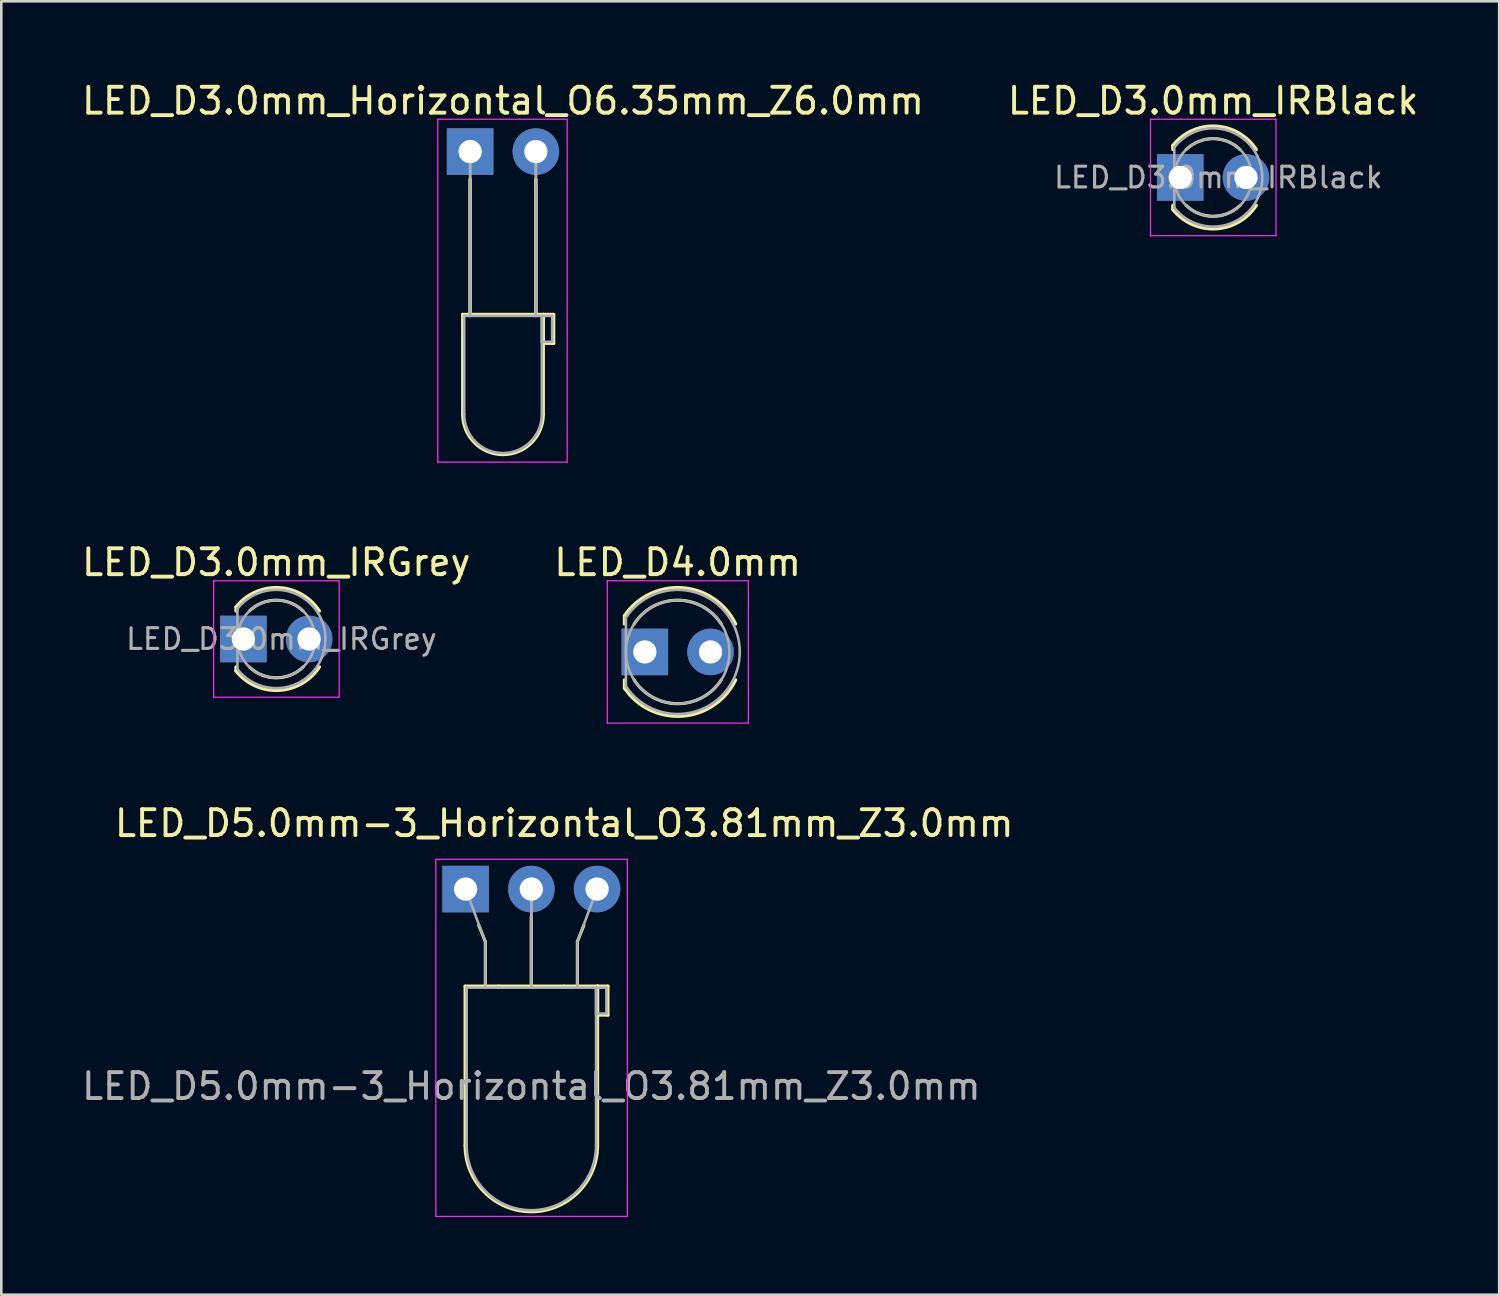
<source format=kicad_pcb>
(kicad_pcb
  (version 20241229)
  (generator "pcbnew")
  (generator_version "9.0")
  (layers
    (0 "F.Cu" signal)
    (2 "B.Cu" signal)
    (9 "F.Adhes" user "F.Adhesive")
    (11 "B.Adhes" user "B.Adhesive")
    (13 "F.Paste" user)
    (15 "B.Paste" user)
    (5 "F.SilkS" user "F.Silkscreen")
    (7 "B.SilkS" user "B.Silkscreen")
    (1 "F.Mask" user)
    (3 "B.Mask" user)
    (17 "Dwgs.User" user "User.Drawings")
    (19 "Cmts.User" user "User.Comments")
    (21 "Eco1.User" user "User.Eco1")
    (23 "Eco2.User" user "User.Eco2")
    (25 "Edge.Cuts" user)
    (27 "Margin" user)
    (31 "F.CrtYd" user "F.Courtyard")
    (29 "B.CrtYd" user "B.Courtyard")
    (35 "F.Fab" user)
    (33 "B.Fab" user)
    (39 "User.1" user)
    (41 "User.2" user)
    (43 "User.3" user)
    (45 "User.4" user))
  (footprint "LED_D4.0mm"
    (layer "F.Cu")
    (at 21.867 22.142)
    (property "Reference" "LED_D4.0mm" (at 1.27 -3.46 0) (layer "F.SilkS") (effects (font (size 1 1) (thickness 0.15))))
    (attr through_hole)
    (fp_line (start -0.79 -1.399) (end -0.79 -1.08) (stroke (width 0.12) (type solid)) (layer "F.SilkS"))
    (fp_line (start -0.79 1.08) (end -0.79 1.399) (stroke (width 0.12) (type solid)) (layer "F.SilkS"))
    (fp_arc (start -0.79 -1.398749) (mid 1.453519 -2.483228) (end 3.513242 -1.080724) (stroke (width 0.12) (type solid)) (layer "F.SilkS"))
    (fp_arc (start -0.41333 -1.08) (mid 1.269429 -2) (end 2.952713 -1.080961) (stroke (width 0.12) (type solid)) (layer "F.SilkS"))
    (fp_arc (start 2.952713 1.080961) (mid 1.269429 2) (end -0.41333 1.08) (stroke (width 0.12) (type solid)) (layer "F.SilkS"))
    (fp_arc (start 3.513242 1.080724) (mid 1.453519 2.483228) (end -0.79 1.398749) (stroke (width 0.12) (type solid)) (layer "F.SilkS"))
    (fp_line (start -1.45 -2.75) (end -1.45 2.75) (stroke (width 0.05) (type solid)) (layer "F.CrtYd"))
    (fp_line (start -1.45 2.75) (end 4 2.75) (stroke (width 0.05) (type solid)) (layer "F.CrtYd"))
    (fp_line (start 4 -2.75) (end -1.45 -2.75) (stroke (width 0.05) (type solid)) (layer "F.CrtYd"))
    (fp_line (start 4 2.75) (end 4 -2.75) (stroke (width 0.05) (type solid)) (layer "F.CrtYd"))
    (fp_line (start -0.73 -1.327) (end -0.73 1.327) (stroke (width 0.1) (type solid)) (layer "F.Fab"))
    (fp_arc (start -0.73 -1.32665) (mid 3.67 0.000306) (end -0.730339 1.32614) (stroke (width 0.1) (type solid)) (layer "F.Fab"))
    (fp_circle (center 1.27 0) (end 3.27 0) (stroke (width 0.1) (type solid)) (fill no) (layer "F.Fab"))
    (pad "1" thru_hole rect (at 0 0) (size 1.8 1.8) (drill 0.9) (layers "*.Cu" "*.Mask"))
    (pad "2" thru_hole circle (at 2.54 0) (size 1.8 1.8) (drill 0.9) (layers "*.Cu" "*.Mask")))
  (footprint "LED_D3.0mm_IRGrey"
    (layer "F.Cu")
    (at 6.355 21.642)
    (property "Reference" "LED_D3.0mm_IRGrey" (at 1.27 -2.96 0) (layer "F.SilkS") (effects (font (size 1 1) (thickness 0.15))))
    (attr through_hole)
    (fp_line (start -0.29 -1.236) (end -0.29 -1.08) (stroke (width 0.12) (type solid)) (layer "F.SilkS"))
    (fp_line (start -0.29 1.08) (end -0.29 1.236) (stroke (width 0.12) (type solid)) (layer "F.SilkS"))
    (fp_arc (start -0.29 -1.235516) (mid 1.366487 -1.987659) (end 2.942335 -1.078608) (stroke (width 0.12) (type solid)) (layer "F.SilkS"))
    (fp_arc (start 0.229039 -1.08) (mid 1.270117 -1.5) (end 2.31113 -1.079837) (stroke (width 0.12) (type solid)) (layer "F.SilkS"))
    (fp_arc (start 2.31113 1.079837) (mid 1.270117 1.5) (end 0.229039 1.08) (stroke (width 0.12) (type solid)) (layer "F.SilkS"))
    (fp_arc (start 2.942335 1.078608) (mid 1.366487 1.987659) (end -0.29 1.235516) (stroke (width 0.12) (type solid)) (layer "F.SilkS"))
    (fp_line (start -1.15 -2.25) (end -1.15 2.25) (stroke (width 0.05) (type solid)) (layer "F.CrtYd"))
    (fp_line (start -1.15 2.25) (end 3.7 2.25) (stroke (width 0.05) (type solid)) (layer "F.CrtYd"))
    (fp_line (start 3.7 -2.25) (end -1.15 -2.25) (stroke (width 0.05) (type solid)) (layer "F.CrtYd"))
    (fp_line (start 3.7 2.25) (end 3.7 -2.25) (stroke (width 0.05) (type solid)) (layer "F.CrtYd"))
    (fp_line (start -0.23 -1.166) (end -0.23 1.166) (stroke (width 0.1) (type solid)) (layer "F.Fab"))
    (fp_arc (start -0.23 -1.16619) (mid 3.17 0.000452) (end -0.230555 1.165476) (stroke (width 0.1) (type solid)) (layer "F.Fab"))
    (fp_circle (center 1.27 0) (end 2.77 0) (stroke (width 0.1) (type solid)) (fill no) (layer "F.Fab"))
    (fp_text user "${REFERENCE}" (at 1.47 0 0) (layer "F.Fab") (effects (font (size 0.8 0.8) (thickness 0.12))))
    (pad "1" thru_hole rect (at 0 0) (size 1.8 1.8) (drill 0.9) (layers "*.Cu" "*.Mask"))
    (pad "2" thru_hole circle (at 2.54 0) (size 1.8 1.8) (drill 0.9) (layers "*.Cu" "*.Mask")))
  (footprint "LED_D3.0mm_Horizontal_O6.35mm_Z6.0mm"
    (layer "F.Cu")
    (at 15.117 2.808)
    (property "Reference" "LED_D3.0mm_Horizontal_O6.35mm_Z6.0mm" (at 1.27 -1.96 0) (layer "F.SilkS") (effects (font (size 1 1) (thickness 0.15))))
    (attr through_hole)
    (fp_line (start -0.29 6.29) (end -0.29 10.15) (stroke (width 0.12) (type solid)) (layer "F.SilkS"))
    (fp_line (start -0.29 6.29) (end 2.83 6.29) (stroke (width 0.12) (type solid)) (layer "F.SilkS"))
    (fp_line (start 0 1.08) (end 0 1.08) (stroke (width 0.12) (type solid)) (layer "F.SilkS"))
    (fp_line (start 0 1.08) (end 0 6.29) (stroke (width 0.12) (type solid)) (layer "F.SilkS"))
    (fp_line (start 0 6.29) (end 0 1.08) (stroke (width 0.12) (type solid)) (layer "F.SilkS"))
    (fp_line (start 0 6.29) (end 0 6.29) (stroke (width 0.12) (type solid)) (layer "F.SilkS"))
    (fp_line (start 2.54 1.08) (end 2.54 1.08) (stroke (width 0.12) (type solid)) (layer "F.SilkS"))
    (fp_line (start 2.54 1.08) (end 2.54 6.29) (stroke (width 0.12) (type solid)) (layer "F.SilkS"))
    (fp_line (start 2.54 6.29) (end 2.54 1.08) (stroke (width 0.12) (type solid)) (layer "F.SilkS"))
    (fp_line (start 2.54 6.29) (end 2.54 6.29) (stroke (width 0.12) (type solid)) (layer "F.SilkS"))
    (fp_line (start 2.83 6.29) (end 2.83 10.15) (stroke (width 0.12) (type solid)) (layer "F.SilkS"))
    (fp_line (start 2.83 6.29) (end 3.23 6.29) (stroke (width 0.12) (type solid)) (layer "F.SilkS"))
    (fp_line (start 2.83 7.41) (end 2.83 6.29) (stroke (width 0.12) (type solid)) (layer "F.SilkS"))
    (fp_line (start 3.23 6.29) (end 3.23 7.41) (stroke (width 0.12) (type solid)) (layer "F.SilkS"))
    (fp_line (start 3.23 7.41) (end 2.83 7.41) (stroke (width 0.12) (type solid)) (layer "F.SilkS"))
    (fp_arc (start 2.83 10.15) (mid 1.27 11.71) (end -0.29 10.15) (stroke (width 0.12) (type solid)) (layer "F.SilkS"))
    (fp_line (start -1.25 -1.25) (end -1.25 12) (stroke (width 0.05) (type solid)) (layer "F.CrtYd"))
    (fp_line (start -1.25 12) (end 3.75 12) (stroke (width 0.05) (type solid)) (layer "F.CrtYd"))
    (fp_line (start 3.75 -1.25) (end -1.25 -1.25) (stroke (width 0.05) (type solid)) (layer "F.CrtYd"))
    (fp_line (start 3.75 12) (end 3.75 -1.25) (stroke (width 0.05) (type solid)) (layer "F.CrtYd"))
    (fp_line (start -0.23 6.35) (end -0.23 10.15) (stroke (width 0.1) (type solid)) (layer "F.Fab"))
    (fp_line (start -0.23 6.35) (end 2.77 6.35) (stroke (width 0.1) (type solid)) (layer "F.Fab"))
    (fp_line (start 0 0) (end 0 0) (stroke (width 0.1) (type solid)) (layer "F.Fab"))
    (fp_line (start 0 0) (end 0 6.35) (stroke (width 0.1) (type solid)) (layer "F.Fab"))
    (fp_line (start 0 6.35) (end 0 0) (stroke (width 0.1) (type solid)) (layer "F.Fab"))
    (fp_line (start 0 6.35) (end 0 6.35) (stroke (width 0.1) (type solid)) (layer "F.Fab"))
    (fp_line (start 2.54 0) (end 2.54 0) (stroke (width 0.1) (type solid)) (layer "F.Fab"))
    (fp_line (start 2.54 0) (end 2.54 6.35) (stroke (width 0.1) (type solid)) (layer "F.Fab"))
    (fp_line (start 2.54 6.35) (end 2.54 0) (stroke (width 0.1) (type solid)) (layer "F.Fab"))
    (fp_line (start 2.54 6.35) (end 2.54 6.35) (stroke (width 0.1) (type solid)) (layer "F.Fab"))
    (fp_line (start 2.77 6.35) (end 2.77 10.15) (stroke (width 0.1) (type solid)) (layer "F.Fab"))
    (fp_line (start 2.77 6.35) (end 3.17 6.35) (stroke (width 0.1) (type solid)) (layer "F.Fab"))
    (fp_line (start 2.77 7.35) (end 2.77 6.35) (stroke (width 0.1) (type solid)) (layer "F.Fab"))
    (fp_line (start 3.17 6.35) (end 3.17 7.35) (stroke (width 0.1) (type solid)) (layer "F.Fab"))
    (fp_line (start 3.17 7.35) (end 2.77 7.35) (stroke (width 0.1) (type solid)) (layer "F.Fab"))
    (fp_arc (start 2.77 10.15) (mid 1.27 11.65) (end -0.23 10.15) (stroke (width 0.1) (type solid)) (layer "F.Fab"))
    (pad "1" thru_hole rect (at 0 0) (size 1.8 1.8) (drill 0.9) (layers "*.Cu" "*.Mask"))
    (pad "2" thru_hole circle (at 2.54 0) (size 1.8 1.8) (drill 0.9) (layers "*.Cu" "*.Mask")))
  (footprint "LED_D5.0mm-3_Horizontal_O3.81mm_Z3.0mm"
    (layer "F.Cu")
    (at 14.942 31.305)
    (property "Reference" "LED_D5.0mm-3_Horizontal_O3.81mm_Z3.0mm" (at 3.81 -2.54 0) (layer "F.SilkS") (effects (font (size 1 1) (thickness 0.15))))
    (attr through_hole)
    (fp_line (start -0.02 3.75) (end -0.02 9.91) (stroke (width 0.12) (type solid)) (layer "F.SilkS"))
    (fp_line (start -0.02 3.75) (end 5.1 3.75) (stroke (width 0.12) (type solid)) (layer "F.SilkS"))
    (fp_line (start 0.762 2.032) (end 0.508 1.397) (stroke (width 0.12) (type solid)) (layer "F.SilkS"))
    (fp_line (start 0.762 2.032) (end 0.762 3.75) (stroke (width 0.12) (type solid)) (layer "F.SilkS"))
    (fp_line (start 1.27 3.75) (end 1.27 3.75) (stroke (width 0.12) (type solid)) (layer "F.SilkS"))
    (fp_line (start 2.54 1.08) (end 2.54 1.08) (stroke (width 0.12) (type solid)) (layer "F.SilkS"))
    (fp_line (start 2.54 1.08) (end 2.54 3.75) (stroke (width 0.12) (type solid)) (layer "F.SilkS"))
    (fp_line (start 2.54 3.75) (end 2.54 1.08) (stroke (width 0.12) (type solid)) (layer "F.SilkS"))
    (fp_line (start 3.81 3.75) (end 3.81 3.75) (stroke (width 0.12) (type solid)) (layer "F.SilkS"))
    (fp_line (start 4.318 2.032) (end 4.572 1.397) (stroke (width 0.12) (type solid)) (layer "F.SilkS"))
    (fp_line (start 4.318 3.75) (end 4.318 2.032) (stroke (width 0.12) (type solid)) (layer "F.SilkS"))
    (fp_line (start 5.1 3.75) (end 5.1 9.91) (stroke (width 0.12) (type solid)) (layer "F.SilkS"))
    (fp_line (start 5.1 3.75) (end 5.5 3.75) (stroke (width 0.12) (type solid)) (layer "F.SilkS"))
    (fp_line (start 5.1 4.87) (end 5.1 3.75) (stroke (width 0.12) (type solid)) (layer "F.SilkS"))
    (fp_line (start 5.5 3.75) (end 5.5 4.87) (stroke (width 0.12) (type solid)) (layer "F.SilkS"))
    (fp_line (start 5.5 4.87) (end 5.1 4.87) (stroke (width 0.12) (type solid)) (layer "F.SilkS"))
    (fp_arc (start 5.1 9.91) (mid 2.54 12.47) (end -0.02 9.91) (stroke (width 0.12) (type solid)) (layer "F.SilkS"))
    (fp_line (start -1.15 -1.15) (end -1.15 12.65) (stroke (width 0.05) (type solid)) (layer "F.CrtYd"))
    (fp_line (start -1.15 12.65) (end 6.25 12.65) (stroke (width 0.05) (type solid)) (layer "F.CrtYd"))
    (fp_line (start 6.25 -1.15) (end -1.15 -1.15) (stroke (width 0.05) (type solid)) (layer "F.CrtYd"))
    (fp_line (start 6.25 12.65) (end 6.25 -1.15) (stroke (width 0.05) (type solid)) (layer "F.CrtYd"))
    (fp_line (start 0.04 3.81) (end 0.04 9.91) (stroke (width 0.1) (type solid)) (layer "F.Fab"))
    (fp_line (start 0.04 3.81) (end 5.04 3.81) (stroke (width 0.1) (type solid)) (layer "F.Fab"))
    (fp_line (start 0.762 2.032) (end 0 0) (stroke (width 0.1) (type solid)) (layer "F.Fab"))
    (fp_line (start 0.762 3.81) (end 0.762 2.032) (stroke (width 0.1) (type solid)) (layer "F.Fab"))
    (fp_line (start 1.27 3.81) (end 1.27 3.81) (stroke (width 0.1) (type solid)) (layer "F.Fab"))
    (fp_line (start 2.54 0) (end 2.54 0) (stroke (width 0.1) (type solid)) (layer "F.Fab"))
    (fp_line (start 2.54 0) (end 2.54 3.81) (stroke (width 0.1) (type solid)) (layer "F.Fab"))
    (fp_line (start 2.54 3.81) (end 2.54 0) (stroke (width 0.1) (type solid)) (layer "F.Fab"))
    (fp_line (start 3.81 3.81) (end 3.81 3.81) (stroke (width 0.1) (type solid)) (layer "F.Fab"))
    (fp_line (start 4.318 2.032) (end 4.318 3.81) (stroke (width 0.1) (type solid)) (layer "F.Fab"))
    (fp_line (start 4.318 2.032) (end 5.08 0) (stroke (width 0.1) (type solid)) (layer "F.Fab"))
    (fp_line (start 5.04 3.81) (end 5.04 9.91) (stroke (width 0.1) (type solid)) (layer "F.Fab"))
    (fp_line (start 5.04 3.81) (end 5.44 3.81) (stroke (width 0.1) (type solid)) (layer "F.Fab"))
    (fp_line (start 5.04 4.81) (end 5.04 3.81) (stroke (width 0.1) (type solid)) (layer "F.Fab"))
    (fp_line (start 5.08 0) (end 5.08 0) (stroke (width 0.1) (type solid)) (layer "F.Fab"))
    (fp_line (start 5.44 3.81) (end 5.44 4.81) (stroke (width 0.1) (type solid)) (layer "F.Fab"))
    (fp_line (start 5.44 4.81) (end 5.04 4.81) (stroke (width 0.1) (type solid)) (layer "F.Fab"))
    (fp_arc (start 5.04 9.91) (mid 2.54 12.41) (end 0.04 9.91) (stroke (width 0.1) (type solid)) (layer "F.Fab"))
    (fp_text user "${REFERENCE}" (at 2.54 7.62 0) (layer "F.Fab") (effects (font (size 1 1) (thickness 0.15))))
    (pad "1" thru_hole rect (at 0 0) (size 1.8 1.8) (drill 0.9) (layers "*.Cu" "*.Mask"))
    (pad "2" thru_hole circle (at 2.54 0) (size 1.8 1.8) (drill 0.9) (layers "*.Cu" "*.Mask"))
    (pad "3" thru_hole circle (at 5.08 0) (size 1.8 1.8) (drill 0.9) (layers "*.Cu" "*.Mask")))
  (footprint "LED_D3.0mm_IRBlack"
    (layer "F.Cu")
    (at 42.557 3.808)
    (property "Reference" "LED_D3.0mm_IRBlack" (at 1.27 -2.96 0) (layer "F.SilkS") (effects (font (size 1 1) (thickness 0.15))))
    (attr through_hole)
    (fp_line (start -0.29 -1.236) (end -0.29 -1.08) (stroke (width 0.12) (type solid)) (layer "F.SilkS"))
    (fp_line (start -0.29 1.08) (end -0.29 1.236) (stroke (width 0.12) (type solid)) (layer "F.SilkS"))
    (fp_arc (start -0.29 -1.235516) (mid 1.366487 -1.987659) (end 2.942335 -1.078608) (stroke (width 0.12) (type solid)) (layer "F.SilkS"))
    (fp_arc (start 0.229039 -1.08) (mid 1.270117 -1.5) (end 2.31113 -1.079837) (stroke (width 0.12) (type solid)) (layer "F.SilkS"))
    (fp_arc (start 2.31113 1.079837) (mid 1.270117 1.5) (end 0.229039 1.08) (stroke (width 0.12) (type solid)) (layer "F.SilkS"))
    (fp_arc (start 2.942335 1.078608) (mid 1.366487 1.987659) (end -0.29 1.235516) (stroke (width 0.12) (type solid)) (layer "F.SilkS"))
    (fp_line (start -1.15 -2.25) (end -1.15 2.25) (stroke (width 0.05) (type solid)) (layer "F.CrtYd"))
    (fp_line (start -1.15 2.25) (end 3.7 2.25) (stroke (width 0.05) (type solid)) (layer "F.CrtYd"))
    (fp_line (start 3.7 -2.25) (end -1.15 -2.25) (stroke (width 0.05) (type solid)) (layer "F.CrtYd"))
    (fp_line (start 3.7 2.25) (end 3.7 -2.25) (stroke (width 0.05) (type solid)) (layer "F.CrtYd"))
    (fp_line (start -0.23 -1.166) (end -0.23 1.166) (stroke (width 0.1) (type solid)) (layer "F.Fab"))
    (fp_arc (start -0.23 -1.16619) (mid 3.17 0.000452) (end -0.230555 1.165476) (stroke (width 0.1) (type solid)) (layer "F.Fab"))
    (fp_circle (center 1.27 0) (end 2.77 0) (stroke (width 0.1) (type solid)) (fill no) (layer "F.Fab"))
    (fp_text user "${REFERENCE}" (at 1.47 0 0) (layer "F.Fab") (effects (font (size 0.8 0.8) (thickness 0.12))))
    (pad "1" thru_hole rect (at 0 0) (size 1.8 1.8) (drill 0.9) (layers "*.Cu" "*.Mask"))
    (pad "2" thru_hole circle (at 2.54 0) (size 1.8 1.8) (drill 0.9) (layers "*.Cu" "*.Mask")))
  (gr_rect
    (start -3 -3)
    (end 54.881 46.98)
    (stroke (width 0.1) (type default))
    (fill no)
    (layer "Edge.Cuts")))
</source>
